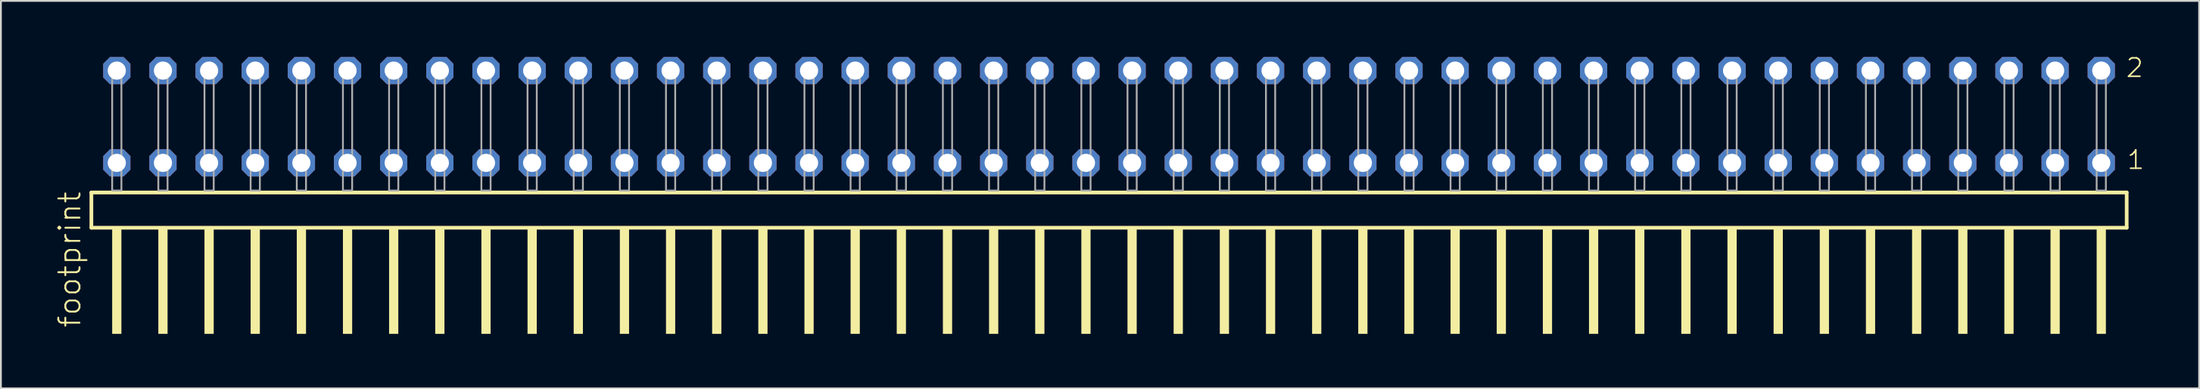
<source format=kicad_pcb>
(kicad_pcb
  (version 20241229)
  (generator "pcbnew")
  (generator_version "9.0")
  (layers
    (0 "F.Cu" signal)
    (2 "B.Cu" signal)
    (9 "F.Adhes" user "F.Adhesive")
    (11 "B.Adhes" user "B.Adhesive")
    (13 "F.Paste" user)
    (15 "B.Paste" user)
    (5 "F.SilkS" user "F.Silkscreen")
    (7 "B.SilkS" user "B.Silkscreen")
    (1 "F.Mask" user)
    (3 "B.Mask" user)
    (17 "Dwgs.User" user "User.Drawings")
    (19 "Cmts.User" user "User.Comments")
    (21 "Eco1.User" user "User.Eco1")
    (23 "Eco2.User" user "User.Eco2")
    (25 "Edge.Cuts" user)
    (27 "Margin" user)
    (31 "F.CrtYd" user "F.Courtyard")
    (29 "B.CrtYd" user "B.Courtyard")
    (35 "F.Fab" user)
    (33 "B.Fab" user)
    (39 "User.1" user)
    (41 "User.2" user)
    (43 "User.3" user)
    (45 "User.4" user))
  (footprint "footprint"
    (layer "F.Cu")
    (at 57.988 7.441)
    (property "Reference" "footprint" (at -56.515 7.62 90) (layer "F.SilkS") (effects (font (size 1.168 1.168) (thickness 0.102)) (justify left bottom)))
    (fp_line (start -56.009 0.106) (end -56.009 2.046) (stroke (width 0.203) (type solid)) (layer "F.SilkS"))
    (fp_line (start -56.009 2.046) (end 56.009 2.046) (stroke (width 0.203) (type solid)) (layer "F.SilkS"))
    (fp_line (start 56.009 0.106) (end -56.009 0.106) (stroke (width 0.203) (type solid)) (layer "F.SilkS"))
    (fp_line (start 56.009 2.046) (end 56.009 0.106) (stroke (width 0.203) (type solid)) (layer "F.SilkS"))
    (fp_poly (pts (xy -54.864 7.89) (xy -54.356 7.89) (xy -54.356 2.04) (xy -54.864 2.04)) (stroke (width 0) (type solid)) (fill yes) (layer "F.SilkS"))
    (fp_poly (pts (xy -52.324 7.89) (xy -51.816 7.89) (xy -51.816 2.04) (xy -52.324 2.04)) (stroke (width 0) (type solid)) (fill yes) (layer "F.SilkS"))
    (fp_poly (pts (xy -49.784 7.89) (xy -49.276 7.89) (xy -49.276 2.04) (xy -49.784 2.04)) (stroke (width 0) (type solid)) (fill yes) (layer "F.SilkS"))
    (fp_poly (pts (xy -47.244 7.89) (xy -46.736 7.89) (xy -46.736 2.04) (xy -47.244 2.04)) (stroke (width 0) (type solid)) (fill yes) (layer "F.SilkS"))
    (fp_poly (pts (xy -44.704 7.89) (xy -44.196 7.89) (xy -44.196 2.04) (xy -44.704 2.04)) (stroke (width 0) (type solid)) (fill yes) (layer "F.SilkS"))
    (fp_poly (pts (xy -42.164 7.89) (xy -41.656 7.89) (xy -41.656 2.04) (xy -42.164 2.04)) (stroke (width 0) (type solid)) (fill yes) (layer "F.SilkS"))
    (fp_poly (pts (xy -39.624 7.89) (xy -39.116 7.89) (xy -39.116 2.04) (xy -39.624 2.04)) (stroke (width 0) (type solid)) (fill yes) (layer "F.SilkS"))
    (fp_poly (pts (xy -37.084 7.89) (xy -36.576 7.89) (xy -36.576 2.04) (xy -37.084 2.04)) (stroke (width 0) (type solid)) (fill yes) (layer "F.SilkS"))
    (fp_poly (pts (xy -34.544 7.89) (xy -34.036 7.89) (xy -34.036 2.04) (xy -34.544 2.04)) (stroke (width 0) (type solid)) (fill yes) (layer "F.SilkS"))
    (fp_poly (pts (xy -32.004 7.89) (xy -31.496 7.89) (xy -31.496 2.04) (xy -32.004 2.04)) (stroke (width 0) (type solid)) (fill yes) (layer "F.SilkS"))
    (fp_poly (pts (xy -29.464 7.89) (xy -28.956 7.89) (xy -28.956 2.04) (xy -29.464 2.04)) (stroke (width 0) (type solid)) (fill yes) (layer "F.SilkS"))
    (fp_poly (pts (xy -26.924 7.89) (xy -26.416 7.89) (xy -26.416 2.04) (xy -26.924 2.04)) (stroke (width 0) (type solid)) (fill yes) (layer "F.SilkS"))
    (fp_poly (pts (xy -24.384 7.89) (xy -23.876 7.89) (xy -23.876 2.04) (xy -24.384 2.04)) (stroke (width 0) (type solid)) (fill yes) (layer "F.SilkS"))
    (fp_poly (pts (xy -21.844 7.89) (xy -21.336 7.89) (xy -21.336 2.04) (xy -21.844 2.04)) (stroke (width 0) (type solid)) (fill yes) (layer "F.SilkS"))
    (fp_poly (pts (xy -19.304 7.89) (xy -18.796 7.89) (xy -18.796 2.04) (xy -19.304 2.04)) (stroke (width 0) (type solid)) (fill yes) (layer "F.SilkS"))
    (fp_poly (pts (xy -16.764 7.89) (xy -16.256 7.89) (xy -16.256 2.04) (xy -16.764 2.04)) (stroke (width 0) (type solid)) (fill yes) (layer "F.SilkS"))
    (fp_poly (pts (xy -14.224 7.89) (xy -13.716 7.89) (xy -13.716 2.04) (xy -14.224 2.04)) (stroke (width 0) (type solid)) (fill yes) (layer "F.SilkS"))
    (fp_poly (pts (xy -11.684 7.89) (xy -11.176 7.89) (xy -11.176 2.04) (xy -11.684 2.04)) (stroke (width 0) (type solid)) (fill yes) (layer "F.SilkS"))
    (fp_poly (pts (xy -9.144 7.89) (xy -8.636 7.89) (xy -8.636 2.04) (xy -9.144 2.04)) (stroke (width 0) (type solid)) (fill yes) (layer "F.SilkS"))
    (fp_poly (pts (xy -6.604 7.89) (xy -6.096 7.89) (xy -6.096 2.04) (xy -6.604 2.04)) (stroke (width 0) (type solid)) (fill yes) (layer "F.SilkS"))
    (fp_poly (pts (xy -4.064 7.89) (xy -3.556 7.89) (xy -3.556 2.04) (xy -4.064 2.04)) (stroke (width 0) (type solid)) (fill yes) (layer "F.SilkS"))
    (fp_poly (pts (xy -1.524 7.89) (xy -1.016 7.89) (xy -1.016 2.04) (xy -1.524 2.04)) (stroke (width 0) (type solid)) (fill yes) (layer "F.SilkS"))
    (fp_poly (pts (xy 1.016 7.89) (xy 1.524 7.89) (xy 1.524 2.04) (xy 1.016 2.04)) (stroke (width 0) (type solid)) (fill yes) (layer "F.SilkS"))
    (fp_poly (pts (xy 3.556 7.89) (xy 4.064 7.89) (xy 4.064 2.04) (xy 3.556 2.04)) (stroke (width 0) (type solid)) (fill yes) (layer "F.SilkS"))
    (fp_poly (pts (xy 6.096 7.89) (xy 6.604 7.89) (xy 6.604 2.04) (xy 6.096 2.04)) (stroke (width 0) (type solid)) (fill yes) (layer "F.SilkS"))
    (fp_poly (pts (xy 8.636 7.89) (xy 9.144 7.89) (xy 9.144 2.04) (xy 8.636 2.04)) (stroke (width 0) (type solid)) (fill yes) (layer "F.SilkS"))
    (fp_poly (pts (xy 11.176 7.89) (xy 11.684 7.89) (xy 11.684 2.04) (xy 11.176 2.04)) (stroke (width 0) (type solid)) (fill yes) (layer "F.SilkS"))
    (fp_poly (pts (xy 13.716 7.89) (xy 14.224 7.89) (xy 14.224 2.04) (xy 13.716 2.04)) (stroke (width 0) (type solid)) (fill yes) (layer "F.SilkS"))
    (fp_poly (pts (xy 16.256 7.89) (xy 16.764 7.89) (xy 16.764 2.04) (xy 16.256 2.04)) (stroke (width 0) (type solid)) (fill yes) (layer "F.SilkS"))
    (fp_poly (pts (xy 18.796 7.89) (xy 19.304 7.89) (xy 19.304 2.04) (xy 18.796 2.04)) (stroke (width 0) (type solid)) (fill yes) (layer "F.SilkS"))
    (fp_poly (pts (xy 21.336 7.89) (xy 21.844 7.89) (xy 21.844 2.04) (xy 21.336 2.04)) (stroke (width 0) (type solid)) (fill yes) (layer "F.SilkS"))
    (fp_poly (pts (xy 23.876 7.89) (xy 24.384 7.89) (xy 24.384 2.04) (xy 23.876 2.04)) (stroke (width 0) (type solid)) (fill yes) (layer "F.SilkS"))
    (fp_poly (pts (xy 26.416 7.89) (xy 26.924 7.89) (xy 26.924 2.04) (xy 26.416 2.04)) (stroke (width 0) (type solid)) (fill yes) (layer "F.SilkS"))
    (fp_poly (pts (xy 28.956 7.89) (xy 29.464 7.89) (xy 29.464 2.04) (xy 28.956 2.04)) (stroke (width 0) (type solid)) (fill yes) (layer "F.SilkS"))
    (fp_poly (pts (xy 31.496 7.89) (xy 32.004 7.89) (xy 32.004 2.04) (xy 31.496 2.04)) (stroke (width 0) (type solid)) (fill yes) (layer "F.SilkS"))
    (fp_poly (pts (xy 34.036 7.89) (xy 34.544 7.89) (xy 34.544 2.04) (xy 34.036 2.04)) (stroke (width 0) (type solid)) (fill yes) (layer "F.SilkS"))
    (fp_poly (pts (xy 36.576 7.89) (xy 37.084 7.89) (xy 37.084 2.04) (xy 36.576 2.04)) (stroke (width 0) (type solid)) (fill yes) (layer "F.SilkS"))
    (fp_poly (pts (xy 39.116 7.89) (xy 39.624 7.89) (xy 39.624 2.04) (xy 39.116 2.04)) (stroke (width 0) (type solid)) (fill yes) (layer "F.SilkS"))
    (fp_poly (pts (xy 41.656 7.89) (xy 42.164 7.89) (xy 42.164 2.04) (xy 41.656 2.04)) (stroke (width 0) (type solid)) (fill yes) (layer "F.SilkS"))
    (fp_poly (pts (xy 44.196 7.89) (xy 44.704 7.89) (xy 44.704 2.04) (xy 44.196 2.04)) (stroke (width 0) (type solid)) (fill yes) (layer "F.SilkS"))
    (fp_poly (pts (xy 46.736 7.89) (xy 47.244 7.89) (xy 47.244 2.04) (xy 46.736 2.04)) (stroke (width 0) (type solid)) (fill yes) (layer "F.SilkS"))
    (fp_poly (pts (xy 49.276 7.89) (xy 49.784 7.89) (xy 49.784 2.04) (xy 49.276 2.04)) (stroke (width 0) (type solid)) (fill yes) (layer "F.SilkS"))
    (fp_poly (pts (xy 51.816 7.89) (xy 52.324 7.89) (xy 52.324 2.04) (xy 51.816 2.04)) (stroke (width 0) (type solid)) (fill yes) (layer "F.SilkS"))
    (fp_poly (pts (xy 54.356 7.89) (xy 54.864 7.89) (xy 54.864 2.04) (xy 54.356 2.04)) (stroke (width 0) (type solid)) (fill yes) (layer "F.SilkS"))
    (fp_poly (pts (xy -54.864 0) (xy -54.356 0) (xy -54.356 -6.858) (xy -54.864 -6.858)) (stroke (width 0.1) (type solid)) (fill no) (layer "F.Fab"))
    (fp_poly (pts (xy -52.324 0) (xy -51.816 0) (xy -51.816 -6.858) (xy -52.324 -6.858)) (stroke (width 0.1) (type solid)) (fill no) (layer "F.Fab"))
    (fp_poly (pts (xy -49.784 0) (xy -49.276 0) (xy -49.276 -6.858) (xy -49.784 -6.858)) (stroke (width 0.1) (type solid)) (fill no) (layer "F.Fab"))
    (fp_poly (pts (xy -47.244 0) (xy -46.736 0) (xy -46.736 -6.858) (xy -47.244 -6.858)) (stroke (width 0.1) (type solid)) (fill no) (layer "F.Fab"))
    (fp_poly (pts (xy -44.704 0) (xy -44.196 0) (xy -44.196 -6.858) (xy -44.704 -6.858)) (stroke (width 0.1) (type solid)) (fill no) (layer "F.Fab"))
    (fp_poly (pts (xy -42.164 0) (xy -41.656 0) (xy -41.656 -6.858) (xy -42.164 -6.858)) (stroke (width 0.1) (type solid)) (fill no) (layer "F.Fab"))
    (fp_poly (pts (xy -39.624 0) (xy -39.116 0) (xy -39.116 -6.858) (xy -39.624 -6.858)) (stroke (width 0.1) (type solid)) (fill no) (layer "F.Fab"))
    (fp_poly (pts (xy -37.084 0) (xy -36.576 0) (xy -36.576 -6.858) (xy -37.084 -6.858)) (stroke (width 0.1) (type solid)) (fill no) (layer "F.Fab"))
    (fp_poly (pts (xy -34.544 0) (xy -34.036 0) (xy -34.036 -6.858) (xy -34.544 -6.858)) (stroke (width 0.1) (type solid)) (fill no) (layer "F.Fab"))
    (fp_poly (pts (xy -32.004 0) (xy -31.496 0) (xy -31.496 -6.858) (xy -32.004 -6.858)) (stroke (width 0.1) (type solid)) (fill no) (layer "F.Fab"))
    (fp_poly (pts (xy -29.464 0) (xy -28.956 0) (xy -28.956 -6.858) (xy -29.464 -6.858)) (stroke (width 0.1) (type solid)) (fill no) (layer "F.Fab"))
    (fp_poly (pts (xy -26.924 0) (xy -26.416 0) (xy -26.416 -6.858) (xy -26.924 -6.858)) (stroke (width 0.1) (type solid)) (fill no) (layer "F.Fab"))
    (fp_poly (pts (xy -24.384 0) (xy -23.876 0) (xy -23.876 -6.858) (xy -24.384 -6.858)) (stroke (width 0.1) (type solid)) (fill no) (layer "F.Fab"))
    (fp_poly (pts (xy -21.844 0) (xy -21.336 0) (xy -21.336 -6.858) (xy -21.844 -6.858)) (stroke (width 0.1) (type solid)) (fill no) (layer "F.Fab"))
    (fp_poly (pts (xy -19.304 0) (xy -18.796 0) (xy -18.796 -6.858) (xy -19.304 -6.858)) (stroke (width 0.1) (type solid)) (fill no) (layer "F.Fab"))
    (fp_poly (pts (xy -16.764 0) (xy -16.256 0) (xy -16.256 -6.858) (xy -16.764 -6.858)) (stroke (width 0.1) (type solid)) (fill no) (layer "F.Fab"))
    (fp_poly (pts (xy -14.224 0) (xy -13.716 0) (xy -13.716 -6.858) (xy -14.224 -6.858)) (stroke (width 0.1) (type solid)) (fill no) (layer "F.Fab"))
    (fp_poly (pts (xy -11.684 0) (xy -11.176 0) (xy -11.176 -6.858) (xy -11.684 -6.858)) (stroke (width 0.1) (type solid)) (fill no) (layer "F.Fab"))
    (fp_poly (pts (xy -9.144 0) (xy -8.636 0) (xy -8.636 -6.858) (xy -9.144 -6.858)) (stroke (width 0.1) (type solid)) (fill no) (layer "F.Fab"))
    (fp_poly (pts (xy -6.604 0) (xy -6.096 0) (xy -6.096 -6.858) (xy -6.604 -6.858)) (stroke (width 0.1) (type solid)) (fill no) (layer "F.Fab"))
    (fp_poly (pts (xy -4.064 0) (xy -3.556 0) (xy -3.556 -6.858) (xy -4.064 -6.858)) (stroke (width 0.1) (type solid)) (fill no) (layer "F.Fab"))
    (fp_poly (pts (xy -1.524 0) (xy -1.016 0) (xy -1.016 -6.858) (xy -1.524 -6.858)) (stroke (width 0.1) (type solid)) (fill no) (layer "F.Fab"))
    (fp_poly (pts (xy 1.016 0) (xy 1.524 0) (xy 1.524 -6.858) (xy 1.016 -6.858)) (stroke (width 0.1) (type solid)) (fill no) (layer "F.Fab"))
    (fp_poly (pts (xy 3.556 0) (xy 4.064 0) (xy 4.064 -6.858) (xy 3.556 -6.858)) (stroke (width 0.1) (type solid)) (fill no) (layer "F.Fab"))
    (fp_poly (pts (xy 6.096 0) (xy 6.604 0) (xy 6.604 -6.858) (xy 6.096 -6.858)) (stroke (width 0.1) (type solid)) (fill no) (layer "F.Fab"))
    (fp_poly (pts (xy 8.636 0) (xy 9.144 0) (xy 9.144 -6.858) (xy 8.636 -6.858)) (stroke (width 0.1) (type solid)) (fill no) (layer "F.Fab"))
    (fp_poly (pts (xy 11.176 0) (xy 11.684 0) (xy 11.684 -6.858) (xy 11.176 -6.858)) (stroke (width 0.1) (type solid)) (fill no) (layer "F.Fab"))
    (fp_poly (pts (xy 13.716 0) (xy 14.224 0) (xy 14.224 -6.858) (xy 13.716 -6.858)) (stroke (width 0.1) (type solid)) (fill no) (layer "F.Fab"))
    (fp_poly (pts (xy 16.256 0) (xy 16.764 0) (xy 16.764 -6.858) (xy 16.256 -6.858)) (stroke (width 0.1) (type solid)) (fill no) (layer "F.Fab"))
    (fp_poly (pts (xy 18.796 0) (xy 19.304 0) (xy 19.304 -6.858) (xy 18.796 -6.858)) (stroke (width 0.1) (type solid)) (fill no) (layer "F.Fab"))
    (fp_poly (pts (xy 21.336 0) (xy 21.844 0) (xy 21.844 -6.858) (xy 21.336 -6.858)) (stroke (width 0.1) (type solid)) (fill no) (layer "F.Fab"))
    (fp_poly (pts (xy 23.876 0) (xy 24.384 0) (xy 24.384 -6.858) (xy 23.876 -6.858)) (stroke (width 0.1) (type solid)) (fill no) (layer "F.Fab"))
    (fp_poly (pts (xy 26.416 0) (xy 26.924 0) (xy 26.924 -6.858) (xy 26.416 -6.858)) (stroke (width 0.1) (type solid)) (fill no) (layer "F.Fab"))
    (fp_poly (pts (xy 28.956 0) (xy 29.464 0) (xy 29.464 -6.858) (xy 28.956 -6.858)) (stroke (width 0.1) (type solid)) (fill no) (layer "F.Fab"))
    (fp_poly (pts (xy 31.496 0) (xy 32.004 0) (xy 32.004 -6.858) (xy 31.496 -6.858)) (stroke (width 0.1) (type solid)) (fill no) (layer "F.Fab"))
    (fp_poly (pts (xy 34.036 0) (xy 34.544 0) (xy 34.544 -6.858) (xy 34.036 -6.858)) (stroke (width 0.1) (type solid)) (fill no) (layer "F.Fab"))
    (fp_poly (pts (xy 36.576 0) (xy 37.084 0) (xy 37.084 -6.858) (xy 36.576 -6.858)) (stroke (width 0.1) (type solid)) (fill no) (layer "F.Fab"))
    (fp_poly (pts (xy 39.116 0) (xy 39.624 0) (xy 39.624 -6.858) (xy 39.116 -6.858)) (stroke (width 0.1) (type solid)) (fill no) (layer "F.Fab"))
    (fp_poly (pts (xy 41.656 0) (xy 42.164 0) (xy 42.164 -6.858) (xy 41.656 -6.858)) (stroke (width 0.1) (type solid)) (fill no) (layer "F.Fab"))
    (fp_poly (pts (xy 44.196 0) (xy 44.704 0) (xy 44.704 -6.858) (xy 44.196 -6.858)) (stroke (width 0.1) (type solid)) (fill no) (layer "F.Fab"))
    (fp_poly (pts (xy 46.736 0) (xy 47.244 0) (xy 47.244 -6.858) (xy 46.736 -6.858)) (stroke (width 0.1) (type solid)) (fill no) (layer "F.Fab"))
    (fp_poly (pts (xy 49.276 0) (xy 49.784 0) (xy 49.784 -6.858) (xy 49.276 -6.858)) (stroke (width 0.1) (type solid)) (fill no) (layer "F.Fab"))
    (fp_poly (pts (xy 51.816 0) (xy 52.324 0) (xy 52.324 -6.858) (xy 51.816 -6.858)) (stroke (width 0.1) (type solid)) (fill no) (layer "F.Fab"))
    (fp_poly (pts (xy 54.356 0) (xy 54.864 0) (xy 54.864 -6.858) (xy 54.356 -6.858)) (stroke (width 0.1) (type solid)) (fill no) (layer "F.Fab"))
    (fp_text user "2" (at 55.91 -6.165 0) (layer "F.SilkS") (effects (font (size 1.012 1.012) (thickness 0.088)) (justify left bottom)))
    (fp_text user "1" (at 55.97 -1.1 0) (layer "F.SilkS") (effects (font (size 1.012 1.012) (thickness 0.088)) (justify left bottom)))
    (pad "1" thru_hole roundrect (at 54.61 -1.524 180) (size 1.5 1.5) (drill 1) (layers "*.Cu" "*.Mask") (roundrect_rratio 0.25) (chamfer_ratio 0.25) (chamfer top_left top_right bottom_left bottom_right))
    (pad "2" thru_hole roundrect (at 54.61 -6.604 180) (size 1.5 1.5) (drill 1) (layers "*.Cu" "*.Mask") (roundrect_rratio 0.25) (chamfer_ratio 0.25) (chamfer top_left top_right bottom_left bottom_right))
    (pad "3" thru_hole roundrect (at 52.07 -1.524 180) (size 1.5 1.5) (drill 1) (layers "*.Cu" "*.Mask") (roundrect_rratio 0.25) (chamfer_ratio 0.25) (chamfer top_left top_right bottom_left bottom_right))
    (pad "4" thru_hole roundrect (at 52.07 -6.604 180) (size 1.5 1.5) (drill 1) (layers "*.Cu" "*.Mask") (roundrect_rratio 0.25) (chamfer_ratio 0.25) (chamfer top_left top_right bottom_left bottom_right))
    (pad "5" thru_hole roundrect (at 49.53 -1.524 180) (size 1.5 1.5) (drill 1) (layers "*.Cu" "*.Mask") (roundrect_rratio 0.25) (chamfer_ratio 0.25) (chamfer top_left top_right bottom_left bottom_right))
    (pad "6" thru_hole roundrect (at 49.53 -6.604 180) (size 1.5 1.5) (drill 1) (layers "*.Cu" "*.Mask") (roundrect_rratio 0.25) (chamfer_ratio 0.25) (chamfer top_left top_right bottom_left bottom_right))
    (pad "7" thru_hole roundrect (at 46.99 -1.524 180) (size 1.5 1.5) (drill 1) (layers "*.Cu" "*.Mask") (roundrect_rratio 0.25) (chamfer_ratio 0.25) (chamfer top_left top_right bottom_left bottom_right))
    (pad "8" thru_hole roundrect (at 46.99 -6.604 180) (size 1.5 1.5) (drill 1) (layers "*.Cu" "*.Mask") (roundrect_rratio 0.25) (chamfer_ratio 0.25) (chamfer top_left top_right bottom_left bottom_right))
    (pad "9" thru_hole roundrect (at 44.45 -1.524 180) (size 1.5 1.5) (drill 1) (layers "*.Cu" "*.Mask") (roundrect_rratio 0.25) (chamfer_ratio 0.25) (chamfer top_left top_right bottom_left bottom_right))
    (pad "10" thru_hole roundrect (at 44.45 -6.604 180) (size 1.5 1.5) (drill 1) (layers "*.Cu" "*.Mask") (roundrect_rratio 0.25) (chamfer_ratio 0.25) (chamfer top_left top_right bottom_left bottom_right))
    (pad "11" thru_hole roundrect (at 41.91 -1.524 180) (size 1.5 1.5) (drill 1) (layers "*.Cu" "*.Mask") (roundrect_rratio 0.25) (chamfer_ratio 0.25) (chamfer top_left top_right bottom_left bottom_right))
    (pad "12" thru_hole roundrect (at 41.91 -6.604 180) (size 1.5 1.5) (drill 1) (layers "*.Cu" "*.Mask") (roundrect_rratio 0.25) (chamfer_ratio 0.25) (chamfer top_left top_right bottom_left bottom_right))
    (pad "13" thru_hole roundrect (at 39.37 -1.524 180) (size 1.5 1.5) (drill 1) (layers "*.Cu" "*.Mask") (roundrect_rratio 0.25) (chamfer_ratio 0.25) (chamfer top_left top_right bottom_left bottom_right))
    (pad "14" thru_hole roundrect (at 39.37 -6.604 180) (size 1.5 1.5) (drill 1) (layers "*.Cu" "*.Mask") (roundrect_rratio 0.25) (chamfer_ratio 0.25) (chamfer top_left top_right bottom_left bottom_right))
    (pad "15" thru_hole roundrect (at 36.83 -1.524 180) (size 1.5 1.5) (drill 1) (layers "*.Cu" "*.Mask") (roundrect_rratio 0.25) (chamfer_ratio 0.25) (chamfer top_left top_right bottom_left bottom_right))
    (pad "16" thru_hole roundrect (at 36.83 -6.604 180) (size 1.5 1.5) (drill 1) (layers "*.Cu" "*.Mask") (roundrect_rratio 0.25) (chamfer_ratio 0.25) (chamfer top_left top_right bottom_left bottom_right))
    (pad "17" thru_hole roundrect (at 34.29 -1.524 180) (size 1.5 1.5) (drill 1) (layers "*.Cu" "*.Mask") (roundrect_rratio 0.25) (chamfer_ratio 0.25) (chamfer top_left top_right bottom_left bottom_right))
    (pad "18" thru_hole roundrect (at 34.29 -6.604 180) (size 1.5 1.5) (drill 1) (layers "*.Cu" "*.Mask") (roundrect_rratio 0.25) (chamfer_ratio 0.25) (chamfer top_left top_right bottom_left bottom_right))
    (pad "19" thru_hole roundrect (at 31.75 -1.524 180) (size 1.5 1.5) (drill 1) (layers "*.Cu" "*.Mask") (roundrect_rratio 0.25) (chamfer_ratio 0.25) (chamfer top_left top_right bottom_left bottom_right))
    (pad "20" thru_hole roundrect (at 31.75 -6.604 180) (size 1.5 1.5) (drill 1) (layers "*.Cu" "*.Mask") (roundrect_rratio 0.25) (chamfer_ratio 0.25) (chamfer top_left top_right bottom_left bottom_right))
    (pad "21" thru_hole roundrect (at 29.21 -1.524 180) (size 1.5 1.5) (drill 1) (layers "*.Cu" "*.Mask") (roundrect_rratio 0.25) (chamfer_ratio 0.25) (chamfer top_left top_right bottom_left bottom_right))
    (pad "22" thru_hole roundrect (at 29.21 -6.604 180) (size 1.5 1.5) (drill 1) (layers "*.Cu" "*.Mask") (roundrect_rratio 0.25) (chamfer_ratio 0.25) (chamfer top_left top_right bottom_left bottom_right))
    (pad "23" thru_hole roundrect (at 26.67 -1.524 180) (size 1.5 1.5) (drill 1) (layers "*.Cu" "*.Mask") (roundrect_rratio 0.25) (chamfer_ratio 0.25) (chamfer top_left top_right bottom_left bottom_right))
    (pad "24" thru_hole roundrect (at 26.67 -6.604 180) (size 1.5 1.5) (drill 1) (layers "*.Cu" "*.Mask") (roundrect_rratio 0.25) (chamfer_ratio 0.25) (chamfer top_left top_right bottom_left bottom_right))
    (pad "25" thru_hole roundrect (at 24.13 -1.524 180) (size 1.5 1.5) (drill 1) (layers "*.Cu" "*.Mask") (roundrect_rratio 0.25) (chamfer_ratio 0.25) (chamfer top_left top_right bottom_left bottom_right))
    (pad "26" thru_hole roundrect (at 24.13 -6.604 180) (size 1.5 1.5) (drill 1) (layers "*.Cu" "*.Mask") (roundrect_rratio 0.25) (chamfer_ratio 0.25) (chamfer top_left top_right bottom_left bottom_right))
    (pad "27" thru_hole roundrect (at 21.59 -1.524 180) (size 1.5 1.5) (drill 1) (layers "*.Cu" "*.Mask") (roundrect_rratio 0.25) (chamfer_ratio 0.25) (chamfer top_left top_right bottom_left bottom_right))
    (pad "28" thru_hole roundrect (at 21.59 -6.604 180) (size 1.5 1.5) (drill 1) (layers "*.Cu" "*.Mask") (roundrect_rratio 0.25) (chamfer_ratio 0.25) (chamfer top_left top_right bottom_left bottom_right))
    (pad "29" thru_hole roundrect (at 19.05 -1.524 180) (size 1.5 1.5) (drill 1) (layers "*.Cu" "*.Mask") (roundrect_rratio 0.25) (chamfer_ratio 0.25) (chamfer top_left top_right bottom_left bottom_right))
    (pad "30" thru_hole roundrect (at 19.05 -6.604 180) (size 1.5 1.5) (drill 1) (layers "*.Cu" "*.Mask") (roundrect_rratio 0.25) (chamfer_ratio 0.25) (chamfer top_left top_right bottom_left bottom_right))
    (pad "31" thru_hole roundrect (at 16.51 -1.524 180) (size 1.5 1.5) (drill 1) (layers "*.Cu" "*.Mask") (roundrect_rratio 0.25) (chamfer_ratio 0.25) (chamfer top_left top_right bottom_left bottom_right))
    (pad "32" thru_hole roundrect (at 16.51 -6.604 180) (size 1.5 1.5) (drill 1) (layers "*.Cu" "*.Mask") (roundrect_rratio 0.25) (chamfer_ratio 0.25) (chamfer top_left top_right bottom_left bottom_right))
    (pad "33" thru_hole roundrect (at 13.97 -1.524 180) (size 1.5 1.5) (drill 1) (layers "*.Cu" "*.Mask") (roundrect_rratio 0.25) (chamfer_ratio 0.25) (chamfer top_left top_right bottom_left bottom_right))
    (pad "34" thru_hole roundrect (at 13.97 -6.604 180) (size 1.5 1.5) (drill 1) (layers "*.Cu" "*.Mask") (roundrect_rratio 0.25) (chamfer_ratio 0.25) (chamfer top_left top_right bottom_left bottom_right))
    (pad "35" thru_hole roundrect (at 11.43 -1.524 180) (size 1.5 1.5) (drill 1) (layers "*.Cu" "*.Mask") (roundrect_rratio 0.25) (chamfer_ratio 0.25) (chamfer top_left top_right bottom_left bottom_right))
    (pad "36" thru_hole roundrect (at 11.43 -6.604 180) (size 1.5 1.5) (drill 1) (layers "*.Cu" "*.Mask") (roundrect_rratio 0.25) (chamfer_ratio 0.25) (chamfer top_left top_right bottom_left bottom_right))
    (pad "37" thru_hole roundrect (at 8.89 -1.524 180) (size 1.5 1.5) (drill 1) (layers "*.Cu" "*.Mask") (roundrect_rratio 0.25) (chamfer_ratio 0.25) (chamfer top_left top_right bottom_left bottom_right))
    (pad "38" thru_hole roundrect (at 8.89 -6.604 180) (size 1.5 1.5) (drill 1) (layers "*.Cu" "*.Mask") (roundrect_rratio 0.25) (chamfer_ratio 0.25) (chamfer top_left top_right bottom_left bottom_right))
    (pad "39" thru_hole roundrect (at 6.35 -1.524 180) (size 1.5 1.5) (drill 1) (layers "*.Cu" "*.Mask") (roundrect_rratio 0.25) (chamfer_ratio 0.25) (chamfer top_left top_right bottom_left bottom_right))
    (pad "40" thru_hole roundrect (at 6.35 -6.604 180) (size 1.5 1.5) (drill 1) (layers "*.Cu" "*.Mask") (roundrect_rratio 0.25) (chamfer_ratio 0.25) (chamfer top_left top_right bottom_left bottom_right))
    (pad "41" thru_hole roundrect (at 3.81 -1.524 180) (size 1.5 1.5) (drill 1) (layers "*.Cu" "*.Mask") (roundrect_rratio 0.25) (chamfer_ratio 0.25) (chamfer top_left top_right bottom_left bottom_right))
    (pad "42" thru_hole roundrect (at 3.81 -6.604 180) (size 1.5 1.5) (drill 1) (layers "*.Cu" "*.Mask") (roundrect_rratio 0.25) (chamfer_ratio 0.25) (chamfer top_left top_right bottom_left bottom_right))
    (pad "43" thru_hole roundrect (at 1.27 -1.524 180) (size 1.5 1.5) (drill 1) (layers "*.Cu" "*.Mask") (roundrect_rratio 0.25) (chamfer_ratio 0.25) (chamfer top_left top_right bottom_left bottom_right))
    (pad "44" thru_hole roundrect (at 1.27 -6.604 180) (size 1.5 1.5) (drill 1) (layers "*.Cu" "*.Mask") (roundrect_rratio 0.25) (chamfer_ratio 0.25) (chamfer top_left top_right bottom_left bottom_right))
    (pad "45" thru_hole roundrect (at -1.27 -1.524 180) (size 1.5 1.5) (drill 1) (layers "*.Cu" "*.Mask") (roundrect_rratio 0.25) (chamfer_ratio 0.25) (chamfer top_left top_right bottom_left bottom_right))
    (pad "46" thru_hole roundrect (at -1.27 -6.604 180) (size 1.5 1.5) (drill 1) (layers "*.Cu" "*.Mask") (roundrect_rratio 0.25) (chamfer_ratio 0.25) (chamfer top_left top_right bottom_left bottom_right))
    (pad "47" thru_hole roundrect (at -3.81 -1.524 180) (size 1.5 1.5) (drill 1) (layers "*.Cu" "*.Mask") (roundrect_rratio 0.25) (chamfer_ratio 0.25) (chamfer top_left top_right bottom_left bottom_right))
    (pad "48" thru_hole roundrect (at -3.81 -6.604 180) (size 1.5 1.5) (drill 1) (layers "*.Cu" "*.Mask") (roundrect_rratio 0.25) (chamfer_ratio 0.25) (chamfer top_left top_right bottom_left bottom_right))
    (pad "49" thru_hole roundrect (at -6.35 -1.524 180) (size 1.5 1.5) (drill 1) (layers "*.Cu" "*.Mask") (roundrect_rratio 0.25) (chamfer_ratio 0.25) (chamfer top_left top_right bottom_left bottom_right))
    (pad "50" thru_hole roundrect (at -6.35 -6.604 180) (size 1.5 1.5) (drill 1) (layers "*.Cu" "*.Mask") (roundrect_rratio 0.25) (chamfer_ratio 0.25) (chamfer top_left top_right bottom_left bottom_right))
    (pad "51" thru_hole roundrect (at -8.89 -1.524 180) (size 1.5 1.5) (drill 1) (layers "*.Cu" "*.Mask") (roundrect_rratio 0.25) (chamfer_ratio 0.25) (chamfer top_left top_right bottom_left bottom_right))
    (pad "52" thru_hole roundrect (at -8.89 -6.604 180) (size 1.5 1.5) (drill 1) (layers "*.Cu" "*.Mask") (roundrect_rratio 0.25) (chamfer_ratio 0.25) (chamfer top_left top_right bottom_left bottom_right))
    (pad "53" thru_hole roundrect (at -11.43 -1.524 180) (size 1.5 1.5) (drill 1) (layers "*.Cu" "*.Mask") (roundrect_rratio 0.25) (chamfer_ratio 0.25) (chamfer top_left top_right bottom_left bottom_right))
    (pad "54" thru_hole roundrect (at -11.43 -6.604 180) (size 1.5 1.5) (drill 1) (layers "*.Cu" "*.Mask") (roundrect_rratio 0.25) (chamfer_ratio 0.25) (chamfer top_left top_right bottom_left bottom_right))
    (pad "55" thru_hole roundrect (at -13.97 -1.524 180) (size 1.5 1.5) (drill 1) (layers "*.Cu" "*.Mask") (roundrect_rratio 0.25) (chamfer_ratio 0.25) (chamfer top_left top_right bottom_left bottom_right))
    (pad "56" thru_hole roundrect (at -13.97 -6.604 180) (size 1.5 1.5) (drill 1) (layers "*.Cu" "*.Mask") (roundrect_rratio 0.25) (chamfer_ratio 0.25) (chamfer top_left top_right bottom_left bottom_right))
    (pad "57" thru_hole roundrect (at -16.51 -1.524 180) (size 1.5 1.5) (drill 1) (layers "*.Cu" "*.Mask") (roundrect_rratio 0.25) (chamfer_ratio 0.25) (chamfer top_left top_right bottom_left bottom_right))
    (pad "58" thru_hole roundrect (at -16.51 -6.604 180) (size 1.5 1.5) (drill 1) (layers "*.Cu" "*.Mask") (roundrect_rratio 0.25) (chamfer_ratio 0.25) (chamfer top_left top_right bottom_left bottom_right))
    (pad "59" thru_hole roundrect (at -19.05 -1.524 180) (size 1.5 1.5) (drill 1) (layers "*.Cu" "*.Mask") (roundrect_rratio 0.25) (chamfer_ratio 0.25) (chamfer top_left top_right bottom_left bottom_right))
    (pad "60" thru_hole roundrect (at -19.05 -6.604 180) (size 1.5 1.5) (drill 1) (layers "*.Cu" "*.Mask") (roundrect_rratio 0.25) (chamfer_ratio 0.25) (chamfer top_left top_right bottom_left bottom_right))
    (pad "61" thru_hole roundrect (at -21.59 -1.524 180) (size 1.5 1.5) (drill 1) (layers "*.Cu" "*.Mask") (roundrect_rratio 0.25) (chamfer_ratio 0.25) (chamfer top_left top_right bottom_left bottom_right))
    (pad "62" thru_hole roundrect (at -21.59 -6.604 180) (size 1.5 1.5) (drill 1) (layers "*.Cu" "*.Mask") (roundrect_rratio 0.25) (chamfer_ratio 0.25) (chamfer top_left top_right bottom_left bottom_right))
    (pad "63" thru_hole roundrect (at -24.13 -1.524 180) (size 1.5 1.5) (drill 1) (layers "*.Cu" "*.Mask") (roundrect_rratio 0.25) (chamfer_ratio 0.25) (chamfer top_left top_right bottom_left bottom_right))
    (pad "64" thru_hole roundrect (at -24.13 -6.604 180) (size 1.5 1.5) (drill 1) (layers "*.Cu" "*.Mask") (roundrect_rratio 0.25) (chamfer_ratio 0.25) (chamfer top_left top_right bottom_left bottom_right))
    (pad "65" thru_hole roundrect (at -26.67 -1.524 180) (size 1.5 1.5) (drill 1) (layers "*.Cu" "*.Mask") (roundrect_rratio 0.25) (chamfer_ratio 0.25) (chamfer top_left top_right bottom_left bottom_right))
    (pad "66" thru_hole roundrect (at -26.67 -6.604 180) (size 1.5 1.5) (drill 1) (layers "*.Cu" "*.Mask") (roundrect_rratio 0.25) (chamfer_ratio 0.25) (chamfer top_left top_right bottom_left bottom_right))
    (pad "67" thru_hole roundrect (at -29.21 -1.524 180) (size 1.5 1.5) (drill 1) (layers "*.Cu" "*.Mask") (roundrect_rratio 0.25) (chamfer_ratio 0.25) (chamfer top_left top_right bottom_left bottom_right))
    (pad "68" thru_hole roundrect (at -29.21 -6.604 180) (size 1.5 1.5) (drill 1) (layers "*.Cu" "*.Mask") (roundrect_rratio 0.25) (chamfer_ratio 0.25) (chamfer top_left top_right bottom_left bottom_right))
    (pad "69" thru_hole roundrect (at -31.75 -1.524 180) (size 1.5 1.5) (drill 1) (layers "*.Cu" "*.Mask") (roundrect_rratio 0.25) (chamfer_ratio 0.25) (chamfer top_left top_right bottom_left bottom_right))
    (pad "70" thru_hole roundrect (at -31.75 -6.604 180) (size 1.5 1.5) (drill 1) (layers "*.Cu" "*.Mask") (roundrect_rratio 0.25) (chamfer_ratio 0.25) (chamfer top_left top_right bottom_left bottom_right))
    (pad "71" thru_hole roundrect (at -34.29 -1.524 180) (size 1.5 1.5) (drill 1) (layers "*.Cu" "*.Mask") (roundrect_rratio 0.25) (chamfer_ratio 0.25) (chamfer top_left top_right bottom_left bottom_right))
    (pad "72" thru_hole roundrect (at -34.29 -6.604 180) (size 1.5 1.5) (drill 1) (layers "*.Cu" "*.Mask") (roundrect_rratio 0.25) (chamfer_ratio 0.25) (chamfer top_left top_right bottom_left bottom_right))
    (pad "73" thru_hole roundrect (at -36.83 -1.524 180) (size 1.5 1.5) (drill 1) (layers "*.Cu" "*.Mask") (roundrect_rratio 0.25) (chamfer_ratio 0.25) (chamfer top_left top_right bottom_left bottom_right))
    (pad "74" thru_hole roundrect (at -36.83 -6.604 180) (size 1.5 1.5) (drill 1) (layers "*.Cu" "*.Mask") (roundrect_rratio 0.25) (chamfer_ratio 0.25) (chamfer top_left top_right bottom_left bottom_right))
    (pad "75" thru_hole roundrect (at -39.37 -1.524 180) (size 1.5 1.5) (drill 1) (layers "*.Cu" "*.Mask") (roundrect_rratio 0.25) (chamfer_ratio 0.25) (chamfer top_left top_right bottom_left bottom_right))
    (pad "76" thru_hole roundrect (at -39.37 -6.604 180) (size 1.5 1.5) (drill 1) (layers "*.Cu" "*.Mask") (roundrect_rratio 0.25) (chamfer_ratio 0.25) (chamfer top_left top_right bottom_left bottom_right))
    (pad "77" thru_hole roundrect (at -41.91 -1.524 180) (size 1.5 1.5) (drill 1) (layers "*.Cu" "*.Mask") (roundrect_rratio 0.25) (chamfer_ratio 0.25) (chamfer top_left top_right bottom_left bottom_right))
    (pad "78" thru_hole roundrect (at -41.91 -6.604 180) (size 1.5 1.5) (drill 1) (layers "*.Cu" "*.Mask") (roundrect_rratio 0.25) (chamfer_ratio 0.25) (chamfer top_left top_right bottom_left bottom_right))
    (pad "79" thru_hole roundrect (at -44.45 -1.524 180) (size 1.5 1.5) (drill 1) (layers "*.Cu" "*.Mask") (roundrect_rratio 0.25) (chamfer_ratio 0.25) (chamfer top_left top_right bottom_left bottom_right))
    (pad "80" thru_hole roundrect (at -44.45 -6.604 180) (size 1.5 1.5) (drill 1) (layers "*.Cu" "*.Mask") (roundrect_rratio 0.25) (chamfer_ratio 0.25) (chamfer top_left top_right bottom_left bottom_right))
    (pad "81" thru_hole roundrect (at -46.99 -1.524 180) (size 1.5 1.5) (drill 1) (layers "*.Cu" "*.Mask") (roundrect_rratio 0.25) (chamfer_ratio 0.25) (chamfer top_left top_right bottom_left bottom_right))
    (pad "82" thru_hole roundrect (at -46.99 -6.604 180) (size 1.5 1.5) (drill 1) (layers "*.Cu" "*.Mask") (roundrect_rratio 0.25) (chamfer_ratio 0.25) (chamfer top_left top_right bottom_left bottom_right))
    (pad "83" thru_hole roundrect (at -49.53 -1.524 180) (size 1.5 1.5) (drill 1) (layers "*.Cu" "*.Mask") (roundrect_rratio 0.25) (chamfer_ratio 0.25) (chamfer top_left top_right bottom_left bottom_right))
    (pad "84" thru_hole roundrect (at -49.53 -6.604 180) (size 1.5 1.5) (drill 1) (layers "*.Cu" "*.Mask") (roundrect_rratio 0.25) (chamfer_ratio 0.25) (chamfer top_left top_right bottom_left bottom_right))
    (pad "85" thru_hole roundrect (at -52.07 -1.524 180) (size 1.5 1.5) (drill 1) (layers "*.Cu" "*.Mask") (roundrect_rratio 0.25) (chamfer_ratio 0.25) (chamfer top_left top_right bottom_left bottom_right))
    (pad "86" thru_hole roundrect (at -52.07 -6.604 180) (size 1.5 1.5) (drill 1) (layers "*.Cu" "*.Mask") (roundrect_rratio 0.25) (chamfer_ratio 0.25) (chamfer top_left top_right bottom_left bottom_right))
    (pad "87" thru_hole roundrect (at -54.61 -1.524 180) (size 1.5 1.5) (drill 1) (layers "*.Cu" "*.Mask") (roundrect_rratio 0.25) (chamfer_ratio 0.25) (chamfer top_left top_right bottom_left bottom_right))
    (pad "88" thru_hole roundrect (at -54.61 -6.604 180) (size 1.5 1.5) (drill 1) (layers "*.Cu" "*.Mask") (roundrect_rratio 0.25) (chamfer_ratio 0.25) (chamfer top_left top_right bottom_left bottom_right)))
  (gr_rect
    (start -3 -3)
    (end 117.984 18.331)
    (stroke (width 0.1) (type default))
    (fill no)
    (layer "Edge.Cuts")))
</source>
